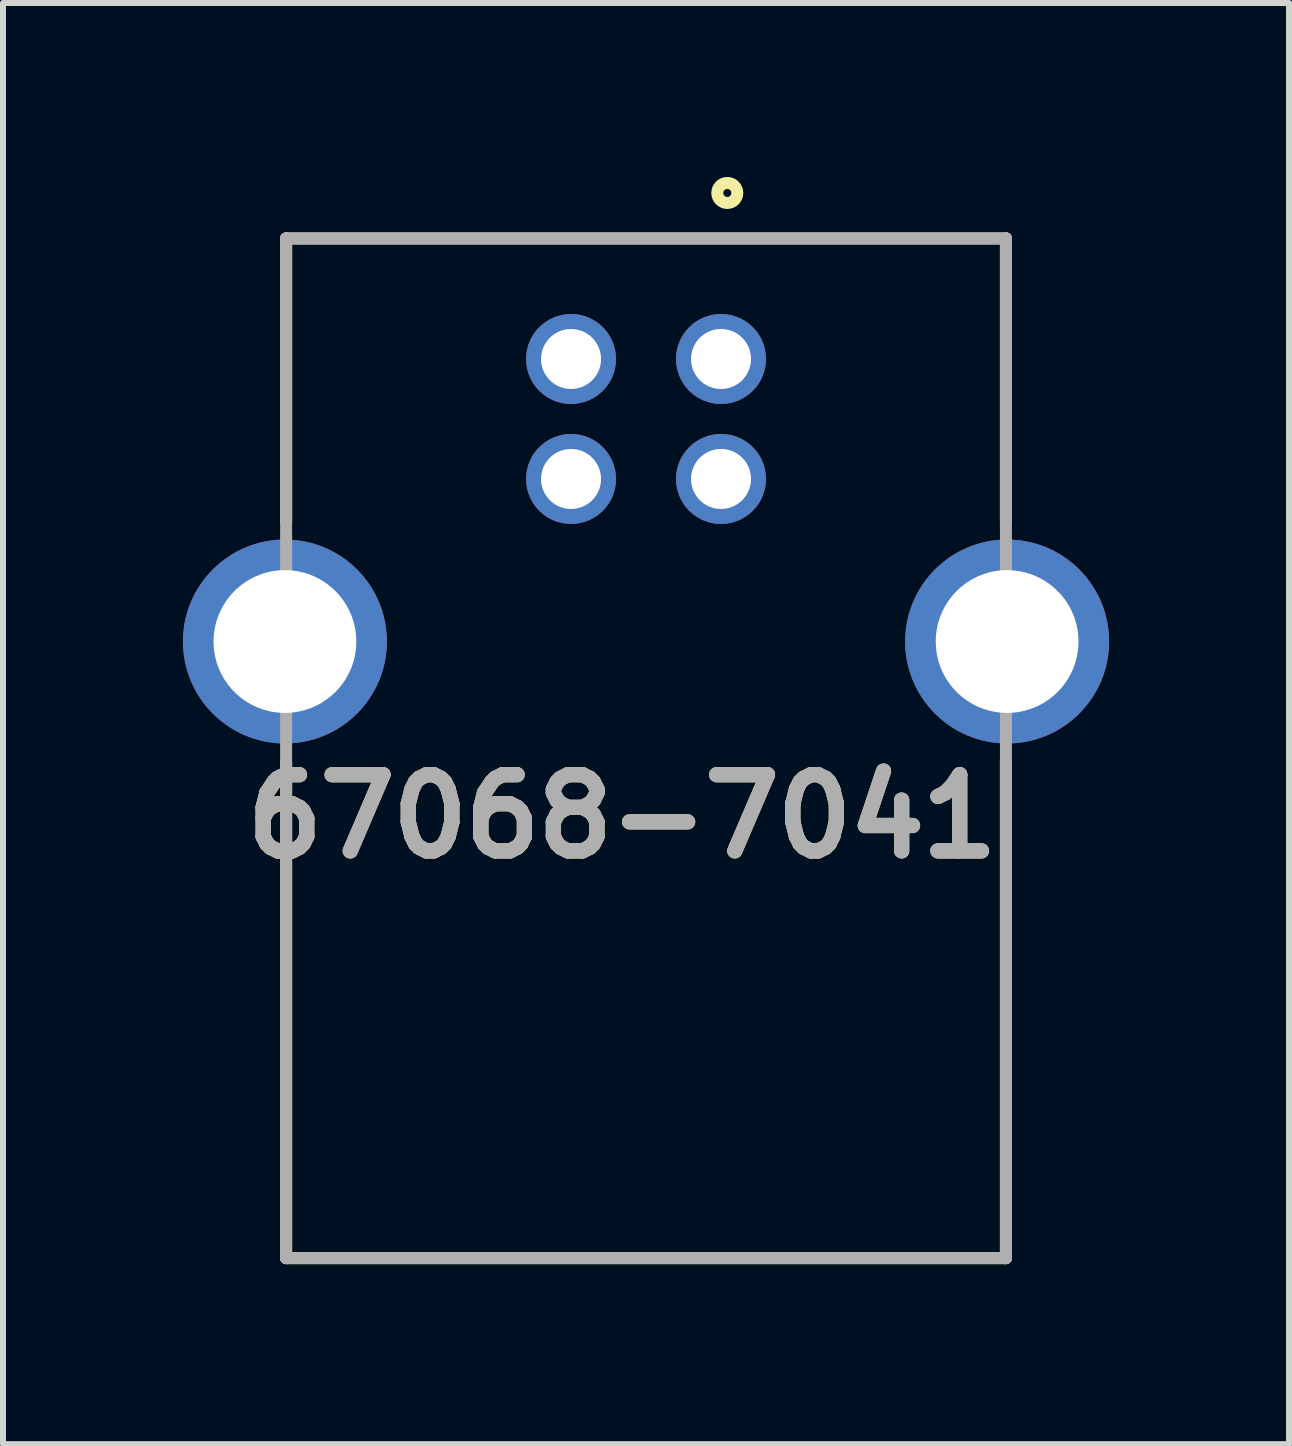
<source format=kicad_pcb>
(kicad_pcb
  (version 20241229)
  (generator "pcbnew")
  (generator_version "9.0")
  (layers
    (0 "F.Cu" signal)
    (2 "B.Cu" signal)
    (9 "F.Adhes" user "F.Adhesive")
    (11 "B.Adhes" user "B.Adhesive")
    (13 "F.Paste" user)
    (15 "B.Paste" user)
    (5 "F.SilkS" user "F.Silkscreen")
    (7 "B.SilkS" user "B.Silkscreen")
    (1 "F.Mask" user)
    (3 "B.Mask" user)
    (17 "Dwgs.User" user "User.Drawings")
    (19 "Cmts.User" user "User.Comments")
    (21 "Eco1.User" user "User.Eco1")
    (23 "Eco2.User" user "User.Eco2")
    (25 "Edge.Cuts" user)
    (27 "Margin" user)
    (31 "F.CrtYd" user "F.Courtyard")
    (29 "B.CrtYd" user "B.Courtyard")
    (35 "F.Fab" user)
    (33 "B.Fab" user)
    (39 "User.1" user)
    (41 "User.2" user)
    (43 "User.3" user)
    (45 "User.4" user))
  (footprint "67068-7041"
    (layer "F.Cu")
    (at 7.72 7.645)
    (property "Reference" "67068-7041" (at -0.395 2.916 0) (layer "F.SilkS") (effects (font (size 1.27 1.27) (thickness 0.254))))
    (attr through_hole)
    (fp_line (start -6 -6.72) (end -6 -2) (stroke (width 0.2) (type solid)) (layer "F.SilkS"))
    (fp_line (start -6 -6.72) (end 6 -6.72) (stroke (width 0.2) (type solid)) (layer "F.SilkS"))
    (fp_line (start -6 10.28) (end -6 2) (stroke (width 0.2) (type solid)) (layer "F.SilkS"))
    (fp_line (start 6 -6.72) (end 6 -2) (stroke (width 0.2) (type solid)) (layer "F.SilkS"))
    (fp_line (start 6 10.28) (end -6 10.28) (stroke (width 0.2) (type solid)) (layer "F.SilkS"))
    (fp_line (start 6 10.28) (end 6 2) (stroke (width 0.2) (type solid)) (layer "F.SilkS"))
    (fp_circle (center 1.355 -7.478) (end 1.355 -7.411) (stroke (width 0.2) (type solid)) (fill no) (layer "F.SilkS"))
    (fp_line (start -6 -6.72) (end 6 -6.72) (stroke (width 0.2) (type solid)) (layer "F.Fab"))
    (fp_line (start -6 10.28) (end -6 -6.72) (stroke (width 0.2) (type solid)) (layer "F.Fab"))
    (fp_line (start 6 -6.72) (end 6 10.28) (stroke (width 0.2) (type solid)) (layer "F.Fab"))
    (fp_line (start 6 10.28) (end -6 10.28) (stroke (width 0.2) (type solid)) (layer "F.Fab"))
    (fp_text user "${REFERENCE}" (at -0.395 2.916 0) (layer "F.Fab") (effects (font (size 1.27 1.27) (thickness 0.254))))
    (pad "1" thru_hole circle (at 1.25 -4.71) (size 1.5 1.5) (drill 1) (layers "*.Cu" "*.Mask"))
    (pad "2" thru_hole circle (at -1.25 -4.71) (size 1.5 1.5) (drill 1) (layers "*.Cu" "*.Mask"))
    (pad "3" thru_hole circle (at -1.25 -2.71) (size 1.5 1.5) (drill 1) (layers "*.Cu" "*.Mask"))
    (pad "4" thru_hole circle (at 1.25 -2.71) (size 1.5 1.5) (drill 1) (layers "*.Cu" "*.Mask"))
    (pad "5" thru_hole circle (at -6.02 0) (size 3.4 3.4) (drill 2.38) (layers "*.Cu" "*.Mask"))
    (pad "6" thru_hole circle (at 6.02 0) (size 3.4 3.4) (drill 2.38) (layers "*.Cu" "*.Mask")))
  (gr_rect
    (start -3 -3)
    (end 18.44 21.025)
    (stroke (width 0.1) (type default))
    (fill no)
    (layer "Edge.Cuts")))
</source>
